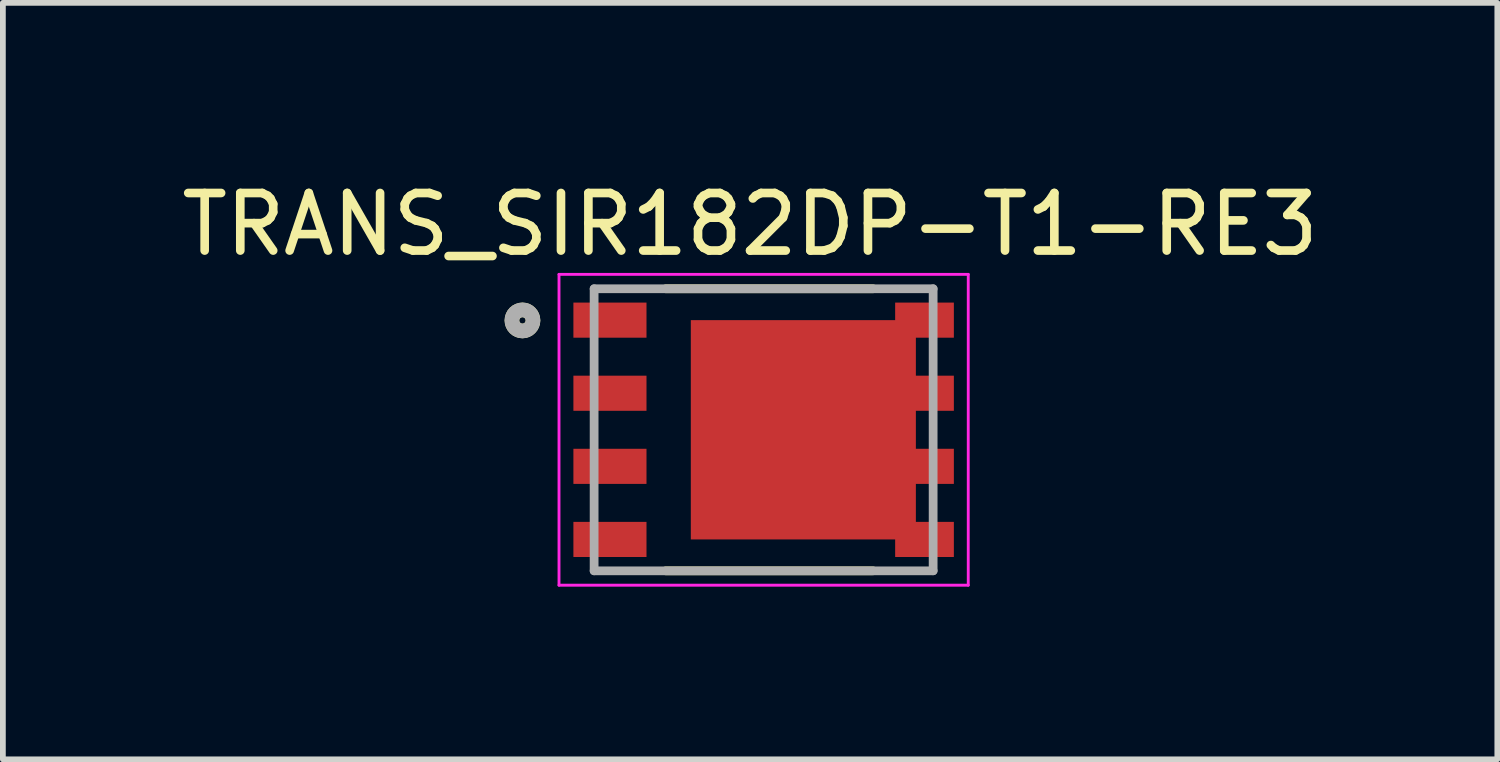
<source format=kicad_pcb>
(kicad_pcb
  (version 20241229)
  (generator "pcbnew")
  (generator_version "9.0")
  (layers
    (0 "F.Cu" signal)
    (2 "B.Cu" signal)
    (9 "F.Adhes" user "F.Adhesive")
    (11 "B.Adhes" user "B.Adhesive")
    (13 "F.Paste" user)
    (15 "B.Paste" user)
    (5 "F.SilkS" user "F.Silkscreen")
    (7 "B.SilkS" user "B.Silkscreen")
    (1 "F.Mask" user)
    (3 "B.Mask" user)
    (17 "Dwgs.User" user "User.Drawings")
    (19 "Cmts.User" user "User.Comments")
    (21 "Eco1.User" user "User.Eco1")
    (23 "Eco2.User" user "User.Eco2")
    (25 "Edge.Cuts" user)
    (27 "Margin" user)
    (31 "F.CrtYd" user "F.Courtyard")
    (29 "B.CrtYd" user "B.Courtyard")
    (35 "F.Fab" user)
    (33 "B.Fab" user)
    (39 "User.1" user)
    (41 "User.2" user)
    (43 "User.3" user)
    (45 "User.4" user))
  (footprint "TRANS_SIR182DP-T1-RE3"
    (layer "F.Cu")
    (at 10.217 4.417)
    (property "Reference" "TRANS_SIR182DP-T1-RE3" (at -0.235 -3.569 0) (layer "F.SilkS") (effects (font (size 1 1) (thickness 0.15))))
    (attr smd)
    (fp_line (start -1.7 -2.45) (end 1.9 -2.45) (stroke (width 0.152) (type solid)) (layer "F.SilkS"))
    (fp_line (start -1.7 2.45) (end 1.9 2.45) (stroke (width 0.152) (type solid)) (layer "F.SilkS"))
    (fp_circle (center -4.19 -1.9) (end -4.134 -1.9) (stroke (width 0.254) (type solid)) (fill no) (layer "F.SilkS"))
    (fp_poly (pts (xy -0.65 -1.38) (xy 2.03 -1.38) (xy 2.03 1.38) (xy -0.65 1.38)) (stroke (width 0.01) (type solid)) (fill yes) (layer "F.Paste"))
    (fp_line (start -3.555 -2.7) (end 3.555 -2.7) (stroke (width 0.05) (type solid)) (layer "F.CrtYd"))
    (fp_line (start -3.555 2.7) (end -3.555 -2.7) (stroke (width 0.05) (type solid)) (layer "F.CrtYd"))
    (fp_line (start 3.555 -2.7) (end 3.555 2.7) (stroke (width 0.05) (type solid)) (layer "F.CrtYd"))
    (fp_line (start 3.555 2.7) (end -3.555 2.7) (stroke (width 0.05) (type solid)) (layer "F.CrtYd"))
    (fp_line (start -2.945 -2.45) (end 2.945 -2.45) (stroke (width 0.152) (type solid)) (layer "F.Fab"))
    (fp_line (start -2.945 2.45) (end -2.945 -2.45) (stroke (width 0.152) (type solid)) (layer "F.Fab"))
    (fp_line (start 2.945 -2.45) (end 2.945 2.45) (stroke (width 0.152) (type solid)) (layer "F.Fab"))
    (fp_line (start 2.945 2.45) (end -2.945 2.45) (stroke (width 0.152) (type solid)) (layer "F.Fab"))
    (fp_circle (center -4.19 -1.9) (end -4.134 -1.9) (stroke (width 0.254) (type solid)) (fill no) (layer "F.Fab"))
    (pad "1" smd rect (at -2.67 -1.905) (size 1.27 0.61) (layers "F.Cu" "F.Mask" "F.Paste"))
    (pad "2" smd rect (at -2.67 -0.635) (size 1.27 0.61) (layers "F.Cu" "F.Mask" "F.Paste"))
    (pad "3" smd rect (at -2.67 0.635) (size 1.27 0.61) (layers "F.Cu" "F.Mask" "F.Paste"))
    (pad "4" smd rect (at -2.67 1.905) (size 1.27 0.61) (layers "F.Cu" "F.Mask" "F.Paste"))
    (pad "5" smd rect (at 2.795 1.905) (size 1.02 0.61) (layers "F.Cu" "F.Mask" "F.Paste"))
    (pad "6" smd rect (at 2.795 0.635) (size 1.02 0.61) (layers "F.Cu" "F.Mask" "F.Paste"))
    (pad "7" smd rect (at 2.795 -0.635) (size 1.02 0.61) (layers "F.Cu" "F.Mask" "F.Paste"))
    (pad "8" smd rect (at 2.795 -1.905) (size 1.02 0.61) (layers "F.Cu" "F.Mask" "F.Paste"))
    (pad "9" smd rect (at 0.69 0) (size 3.91 3.81) (layers "F.Cu" "F.Mask")))
  (gr_rect
    (start -3 -3)
    (end 22.964 10.142)
    (stroke (width 0.1) (type default))
    (fill no)
    (layer "Edge.Cuts")))
</source>
